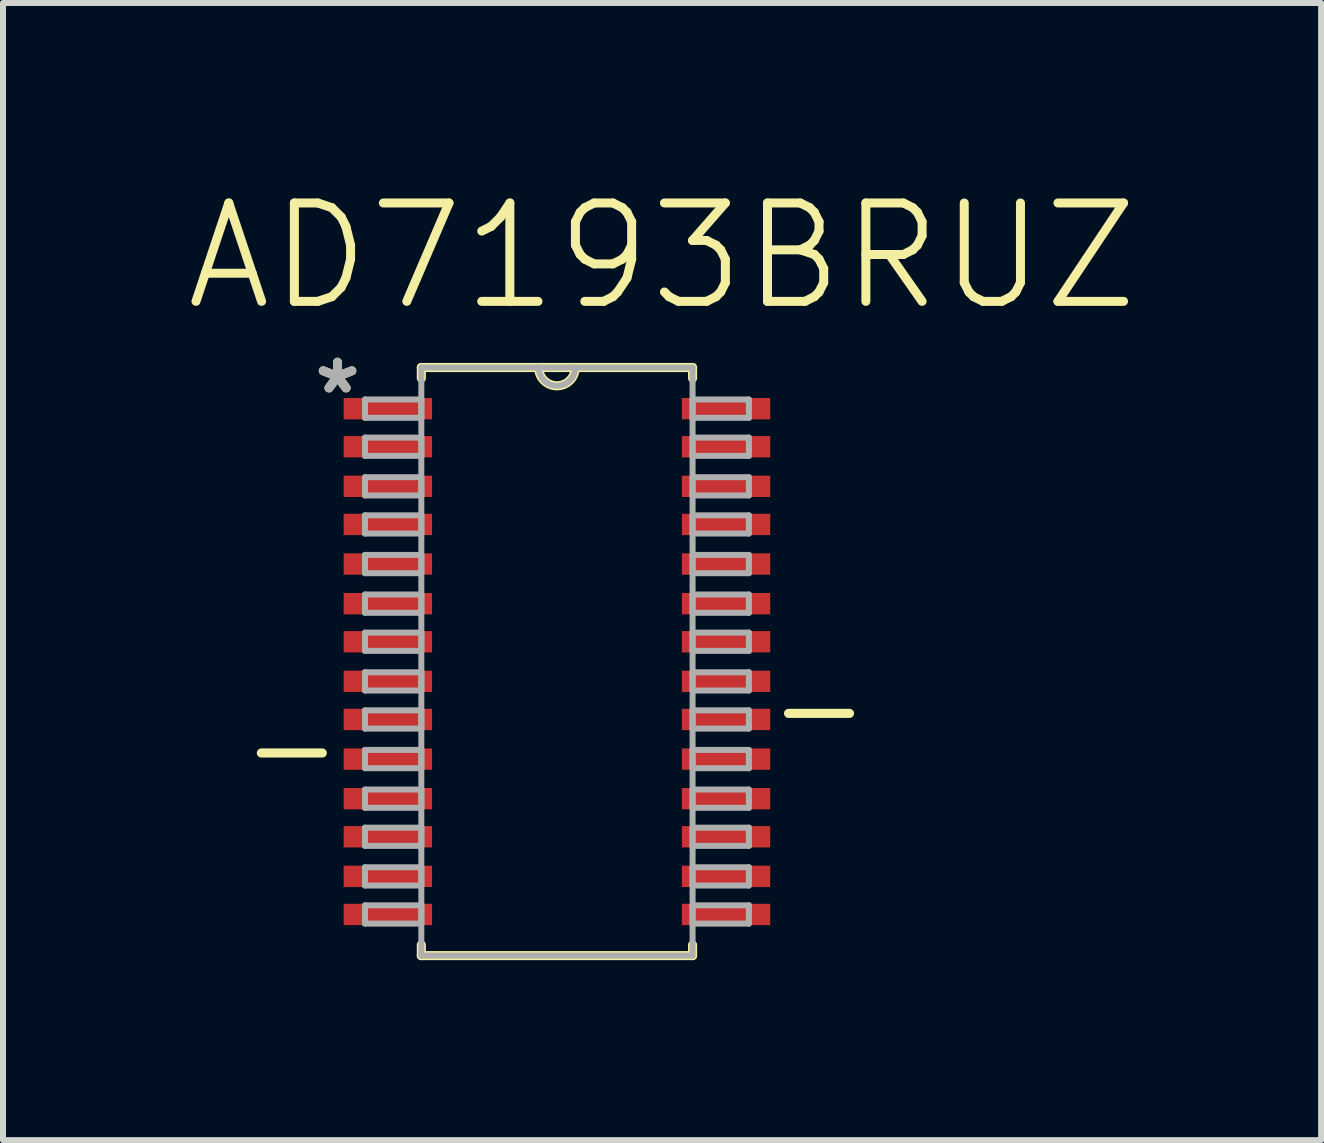
<source format=kicad_pcb>
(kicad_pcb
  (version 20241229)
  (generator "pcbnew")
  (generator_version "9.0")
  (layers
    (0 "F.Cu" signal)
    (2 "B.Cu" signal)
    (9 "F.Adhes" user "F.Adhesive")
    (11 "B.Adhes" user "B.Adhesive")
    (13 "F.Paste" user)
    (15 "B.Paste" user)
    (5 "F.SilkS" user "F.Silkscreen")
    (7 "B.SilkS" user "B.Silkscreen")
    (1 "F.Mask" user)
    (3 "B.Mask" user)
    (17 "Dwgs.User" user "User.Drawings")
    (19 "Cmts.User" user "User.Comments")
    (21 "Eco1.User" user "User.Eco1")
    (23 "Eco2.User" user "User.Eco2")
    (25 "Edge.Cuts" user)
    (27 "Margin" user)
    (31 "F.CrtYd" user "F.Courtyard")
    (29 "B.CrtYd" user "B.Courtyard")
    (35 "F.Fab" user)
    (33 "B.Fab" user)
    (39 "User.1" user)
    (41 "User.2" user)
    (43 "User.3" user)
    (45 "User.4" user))
  (footprint "AD7193BRUZ"
    (layer "F.Cu")
    (at 6.235 7.979)
    (property "Reference" "AD7193BRUZ" (at 1.753 -6.756 0) (layer "F.SilkS") (effects (font (size 1.64 1.64) (thickness 0.15))))
    (attr through_hole)
    (fp_line (start -4.928 1.524) (end -3.912 1.524) (stroke (width 0.152) (type solid)) (layer "F.SilkS"))
    (fp_line (start -2.261 -4.902) (end -2.261 -4.724) (stroke (width 0.152) (type solid)) (layer "F.SilkS"))
    (fp_line (start -2.261 4.724) (end -2.261 4.902) (stroke (width 0.152) (type solid)) (layer "F.SilkS"))
    (fp_line (start -2.261 4.902) (end 2.261 4.902) (stroke (width 0.152) (type solid)) (layer "F.SilkS"))
    (fp_line (start -0.305 -4.902) (end -2.261 -4.902) (stroke (width 0.152) (type solid)) (layer "F.SilkS"))
    (fp_line (start 0.305 -4.902) (end -0.305 -4.902) (stroke (width 0.152) (type solid)) (layer "F.SilkS"))
    (fp_line (start 2.261 -4.902) (end 0.305 -4.902) (stroke (width 0.152) (type solid)) (layer "F.SilkS"))
    (fp_line (start 2.261 -4.724) (end 2.261 -4.902) (stroke (width 0.152) (type solid)) (layer "F.SilkS"))
    (fp_line (start 2.261 4.902) (end 2.261 4.724) (stroke (width 0.152) (type solid)) (layer "F.SilkS"))
    (fp_line (start 3.861 0.864) (end 4.877 0.864) (stroke (width 0.152) (type solid)) (layer "F.SilkS"))
    (fp_arc (start 0.3048 -4.9022) (mid 0 -4.5974) (end -0.3048 -4.9022) (stroke (width 0.1524) (type solid)) (layer "F.SilkS"))
    (fp_line (start -3.2 -4.369) (end -3.2 -4.064) (stroke (width 0.1) (type solid)) (layer "F.Fab"))
    (fp_line (start -3.2 -4.064) (end -2.261 -4.064) (stroke (width 0.1) (type solid)) (layer "F.Fab"))
    (fp_line (start -3.2 -3.734) (end -3.2 -3.429) (stroke (width 0.1) (type solid)) (layer "F.Fab"))
    (fp_line (start -3.2 -3.429) (end -2.261 -3.429) (stroke (width 0.1) (type solid)) (layer "F.Fab"))
    (fp_line (start -3.2 -3.073) (end -3.2 -2.769) (stroke (width 0.1) (type solid)) (layer "F.Fab"))
    (fp_line (start -3.2 -2.769) (end -2.261 -2.769) (stroke (width 0.1) (type solid)) (layer "F.Fab"))
    (fp_line (start -3.2 -2.438) (end -3.2 -2.134) (stroke (width 0.1) (type solid)) (layer "F.Fab"))
    (fp_line (start -3.2 -2.134) (end -2.261 -2.134) (stroke (width 0.1) (type solid)) (layer "F.Fab"))
    (fp_line (start -3.2 -1.778) (end -3.2 -1.473) (stroke (width 0.1) (type solid)) (layer "F.Fab"))
    (fp_line (start -3.2 -1.473) (end -2.261 -1.473) (stroke (width 0.1) (type solid)) (layer "F.Fab"))
    (fp_line (start -3.2 -1.118) (end -3.2 -0.813) (stroke (width 0.1) (type solid)) (layer "F.Fab"))
    (fp_line (start -3.2 -0.813) (end -2.261 -0.813) (stroke (width 0.1) (type solid)) (layer "F.Fab"))
    (fp_line (start -3.2 -0.483) (end -3.2 -0.178) (stroke (width 0.1) (type solid)) (layer "F.Fab"))
    (fp_line (start -3.2 -0.178) (end -2.261 -0.178) (stroke (width 0.1) (type solid)) (layer "F.Fab"))
    (fp_line (start -3.2 0.178) (end -3.2 0.483) (stroke (width 0.1) (type solid)) (layer "F.Fab"))
    (fp_line (start -3.2 0.483) (end -2.261 0.483) (stroke (width 0.1) (type solid)) (layer "F.Fab"))
    (fp_line (start -3.2 0.813) (end -3.2 1.118) (stroke (width 0.1) (type solid)) (layer "F.Fab"))
    (fp_line (start -3.2 1.118) (end -2.261 1.118) (stroke (width 0.1) (type solid)) (layer "F.Fab"))
    (fp_line (start -3.2 1.473) (end -3.2 1.778) (stroke (width 0.1) (type solid)) (layer "F.Fab"))
    (fp_line (start -3.2 1.778) (end -2.261 1.778) (stroke (width 0.1) (type solid)) (layer "F.Fab"))
    (fp_line (start -3.2 2.134) (end -3.2 2.438) (stroke (width 0.1) (type solid)) (layer "F.Fab"))
    (fp_line (start -3.2 2.438) (end -2.261 2.438) (stroke (width 0.1) (type solid)) (layer "F.Fab"))
    (fp_line (start -3.2 2.769) (end -3.2 3.073) (stroke (width 0.1) (type solid)) (layer "F.Fab"))
    (fp_line (start -3.2 3.073) (end -2.261 3.073) (stroke (width 0.1) (type solid)) (layer "F.Fab"))
    (fp_line (start -3.2 3.429) (end -3.2 3.734) (stroke (width 0.1) (type solid)) (layer "F.Fab"))
    (fp_line (start -3.2 3.734) (end -2.261 3.734) (stroke (width 0.1) (type solid)) (layer "F.Fab"))
    (fp_line (start -3.2 4.064) (end -3.2 4.369) (stroke (width 0.1) (type solid)) (layer "F.Fab"))
    (fp_line (start -3.2 4.369) (end -2.261 4.369) (stroke (width 0.1) (type solid)) (layer "F.Fab"))
    (fp_line (start -2.261 -4.902) (end -2.261 4.902) (stroke (width 0.1) (type solid)) (layer "F.Fab"))
    (fp_line (start -2.261 -4.369) (end -3.2 -4.369) (stroke (width 0.1) (type solid)) (layer "F.Fab"))
    (fp_line (start -2.261 -4.064) (end -2.261 -4.369) (stroke (width 0.1) (type solid)) (layer "F.Fab"))
    (fp_line (start -2.261 -3.734) (end -3.2 -3.734) (stroke (width 0.1) (type solid)) (layer "F.Fab"))
    (fp_line (start -2.261 -3.429) (end -2.261 -3.734) (stroke (width 0.1) (type solid)) (layer "F.Fab"))
    (fp_line (start -2.261 -3.073) (end -3.2 -3.073) (stroke (width 0.1) (type solid)) (layer "F.Fab"))
    (fp_line (start -2.261 -2.769) (end -2.261 -3.073) (stroke (width 0.1) (type solid)) (layer "F.Fab"))
    (fp_line (start -2.261 -2.438) (end -3.2 -2.438) (stroke (width 0.1) (type solid)) (layer "F.Fab"))
    (fp_line (start -2.261 -2.134) (end -2.261 -2.438) (stroke (width 0.1) (type solid)) (layer "F.Fab"))
    (fp_line (start -2.261 -1.778) (end -3.2 -1.778) (stroke (width 0.1) (type solid)) (layer "F.Fab"))
    (fp_line (start -2.261 -1.473) (end -2.261 -1.778) (stroke (width 0.1) (type solid)) (layer "F.Fab"))
    (fp_line (start -2.261 -1.118) (end -3.2 -1.118) (stroke (width 0.1) (type solid)) (layer "F.Fab"))
    (fp_line (start -2.261 -0.813) (end -2.261 -1.118) (stroke (width 0.1) (type solid)) (layer "F.Fab"))
    (fp_line (start -2.261 -0.483) (end -3.2 -0.483) (stroke (width 0.1) (type solid)) (layer "F.Fab"))
    (fp_line (start -2.261 -0.178) (end -2.261 -0.483) (stroke (width 0.1) (type solid)) (layer "F.Fab"))
    (fp_line (start -2.261 0.178) (end -3.2 0.178) (stroke (width 0.1) (type solid)) (layer "F.Fab"))
    (fp_line (start -2.261 0.483) (end -2.261 0.178) (stroke (width 0.1) (type solid)) (layer "F.Fab"))
    (fp_line (start -2.261 0.813) (end -3.2 0.813) (stroke (width 0.1) (type solid)) (layer "F.Fab"))
    (fp_line (start -2.261 1.118) (end -2.261 0.813) (stroke (width 0.1) (type solid)) (layer "F.Fab"))
    (fp_line (start -2.261 1.473) (end -3.2 1.473) (stroke (width 0.1) (type solid)) (layer "F.Fab"))
    (fp_line (start -2.261 1.778) (end -2.261 1.473) (stroke (width 0.1) (type solid)) (layer "F.Fab"))
    (fp_line (start -2.261 2.134) (end -3.2 2.134) (stroke (width 0.1) (type solid)) (layer "F.Fab"))
    (fp_line (start -2.261 2.438) (end -2.261 2.134) (stroke (width 0.1) (type solid)) (layer "F.Fab"))
    (fp_line (start -2.261 2.769) (end -3.2 2.769) (stroke (width 0.1) (type solid)) (layer "F.Fab"))
    (fp_line (start -2.261 3.073) (end -2.261 2.769) (stroke (width 0.1) (type solid)) (layer "F.Fab"))
    (fp_line (start -2.261 3.429) (end -3.2 3.429) (stroke (width 0.1) (type solid)) (layer "F.Fab"))
    (fp_line (start -2.261 3.734) (end -2.261 3.429) (stroke (width 0.1) (type solid)) (layer "F.Fab"))
    (fp_line (start -2.261 4.064) (end -3.2 4.064) (stroke (width 0.1) (type solid)) (layer "F.Fab"))
    (fp_line (start -2.261 4.369) (end -2.261 4.064) (stroke (width 0.1) (type solid)) (layer "F.Fab"))
    (fp_line (start -2.261 4.902) (end 2.261 4.902) (stroke (width 0.1) (type solid)) (layer "F.Fab"))
    (fp_line (start -0.305 -4.902) (end -2.261 -4.902) (stroke (width 0.1) (type solid)) (layer "F.Fab"))
    (fp_line (start 0.305 -4.902) (end -0.305 -4.902) (stroke (width 0.1) (type solid)) (layer "F.Fab"))
    (fp_line (start 2.261 -4.902) (end 0.305 -4.902) (stroke (width 0.1) (type solid)) (layer "F.Fab"))
    (fp_line (start 2.261 -4.369) (end 2.261 -4.064) (stroke (width 0.1) (type solid)) (layer "F.Fab"))
    (fp_line (start 2.261 -4.064) (end 3.2 -4.064) (stroke (width 0.1) (type solid)) (layer "F.Fab"))
    (fp_line (start 2.261 -3.734) (end 2.261 -3.429) (stroke (width 0.1) (type solid)) (layer "F.Fab"))
    (fp_line (start 2.261 -3.429) (end 3.2 -3.429) (stroke (width 0.1) (type solid)) (layer "F.Fab"))
    (fp_line (start 2.261 -3.073) (end 2.261 -2.769) (stroke (width 0.1) (type solid)) (layer "F.Fab"))
    (fp_line (start 2.261 -2.769) (end 3.2 -2.769) (stroke (width 0.1) (type solid)) (layer "F.Fab"))
    (fp_line (start 2.261 -2.438) (end 2.261 -2.134) (stroke (width 0.1) (type solid)) (layer "F.Fab"))
    (fp_line (start 2.261 -2.134) (end 3.2 -2.134) (stroke (width 0.1) (type solid)) (layer "F.Fab"))
    (fp_line (start 2.261 -1.778) (end 2.261 -1.473) (stroke (width 0.1) (type solid)) (layer "F.Fab"))
    (fp_line (start 2.261 -1.473) (end 3.2 -1.473) (stroke (width 0.1) (type solid)) (layer "F.Fab"))
    (fp_line (start 2.261 -1.118) (end 2.261 -0.813) (stroke (width 0.1) (type solid)) (layer "F.Fab"))
    (fp_line (start 2.261 -0.813) (end 3.2 -0.813) (stroke (width 0.1) (type solid)) (layer "F.Fab"))
    (fp_line (start 2.261 -0.483) (end 2.261 -0.178) (stroke (width 0.1) (type solid)) (layer "F.Fab"))
    (fp_line (start 2.261 -0.178) (end 3.2 -0.178) (stroke (width 0.1) (type solid)) (layer "F.Fab"))
    (fp_line (start 2.261 0.178) (end 2.261 0.483) (stroke (width 0.1) (type solid)) (layer "F.Fab"))
    (fp_line (start 2.261 0.483) (end 3.2 0.483) (stroke (width 0.1) (type solid)) (layer "F.Fab"))
    (fp_line (start 2.261 0.813) (end 2.261 1.118) (stroke (width 0.1) (type solid)) (layer "F.Fab"))
    (fp_line (start 2.261 1.118) (end 3.2 1.118) (stroke (width 0.1) (type solid)) (layer "F.Fab"))
    (fp_line (start 2.261 1.473) (end 2.261 1.778) (stroke (width 0.1) (type solid)) (layer "F.Fab"))
    (fp_line (start 2.261 1.778) (end 3.2 1.778) (stroke (width 0.1) (type solid)) (layer "F.Fab"))
    (fp_line (start 2.261 2.134) (end 2.261 2.438) (stroke (width 0.1) (type solid)) (layer "F.Fab"))
    (fp_line (start 2.261 2.438) (end 3.2 2.438) (stroke (width 0.1) (type solid)) (layer "F.Fab"))
    (fp_line (start 2.261 2.769) (end 2.261 3.073) (stroke (width 0.1) (type solid)) (layer "F.Fab"))
    (fp_line (start 2.261 3.073) (end 3.2 3.073) (stroke (width 0.1) (type solid)) (layer "F.Fab"))
    (fp_line (start 2.261 3.429) (end 2.261 3.734) (stroke (width 0.1) (type solid)) (layer "F.Fab"))
    (fp_line (start 2.261 3.734) (end 3.2 3.734) (stroke (width 0.1) (type solid)) (layer "F.Fab"))
    (fp_line (start 2.261 4.064) (end 2.261 4.369) (stroke (width 0.1) (type solid)) (layer "F.Fab"))
    (fp_line (start 2.261 4.369) (end 3.2 4.369) (stroke (width 0.1) (type solid)) (layer "F.Fab"))
    (fp_line (start 2.261 4.902) (end 2.261 -4.902) (stroke (width 0.1) (type solid)) (layer "F.Fab"))
    (fp_line (start 3.2 -4.369) (end 2.261 -4.369) (stroke (width 0.1) (type solid)) (layer "F.Fab"))
    (fp_line (start 3.2 -4.064) (end 3.2 -4.369) (stroke (width 0.1) (type solid)) (layer "F.Fab"))
    (fp_line (start 3.2 -3.734) (end 2.261 -3.734) (stroke (width 0.1) (type solid)) (layer "F.Fab"))
    (fp_line (start 3.2 -3.429) (end 3.2 -3.734) (stroke (width 0.1) (type solid)) (layer "F.Fab"))
    (fp_line (start 3.2 -3.073) (end 2.261 -3.073) (stroke (width 0.1) (type solid)) (layer "F.Fab"))
    (fp_line (start 3.2 -2.769) (end 3.2 -3.073) (stroke (width 0.1) (type solid)) (layer "F.Fab"))
    (fp_line (start 3.2 -2.438) (end 2.261 -2.438) (stroke (width 0.1) (type solid)) (layer "F.Fab"))
    (fp_line (start 3.2 -2.134) (end 3.2 -2.438) (stroke (width 0.1) (type solid)) (layer "F.Fab"))
    (fp_line (start 3.2 -1.778) (end 2.261 -1.778) (stroke (width 0.1) (type solid)) (layer "F.Fab"))
    (fp_line (start 3.2 -1.473) (end 3.2 -1.778) (stroke (width 0.1) (type solid)) (layer "F.Fab"))
    (fp_line (start 3.2 -1.118) (end 2.261 -1.118) (stroke (width 0.1) (type solid)) (layer "F.Fab"))
    (fp_line (start 3.2 -0.813) (end 3.2 -1.118) (stroke (width 0.1) (type solid)) (layer "F.Fab"))
    (fp_line (start 3.2 -0.483) (end 2.261 -0.483) (stroke (width 0.1) (type solid)) (layer "F.Fab"))
    (fp_line (start 3.2 -0.178) (end 3.2 -0.483) (stroke (width 0.1) (type solid)) (layer "F.Fab"))
    (fp_line (start 3.2 0.178) (end 2.261 0.178) (stroke (width 0.1) (type solid)) (layer "F.Fab"))
    (fp_line (start 3.2 0.483) (end 3.2 0.178) (stroke (width 0.1) (type solid)) (layer "F.Fab"))
    (fp_line (start 3.2 0.813) (end 2.261 0.813) (stroke (width 0.1) (type solid)) (layer "F.Fab"))
    (fp_line (start 3.2 1.118) (end 3.2 0.813) (stroke (width 0.1) (type solid)) (layer "F.Fab"))
    (fp_line (start 3.2 1.473) (end 2.261 1.473) (stroke (width 0.1) (type solid)) (layer "F.Fab"))
    (fp_line (start 3.2 1.778) (end 3.2 1.473) (stroke (width 0.1) (type solid)) (layer "F.Fab"))
    (fp_line (start 3.2 2.134) (end 2.261 2.134) (stroke (width 0.1) (type solid)) (layer "F.Fab"))
    (fp_line (start 3.2 2.438) (end 3.2 2.134) (stroke (width 0.1) (type solid)) (layer "F.Fab"))
    (fp_line (start 3.2 2.769) (end 2.261 2.769) (stroke (width 0.1) (type solid)) (layer "F.Fab"))
    (fp_line (start 3.2 3.073) (end 3.2 2.769) (stroke (width 0.1) (type solid)) (layer "F.Fab"))
    (fp_line (start 3.2 3.429) (end 2.261 3.429) (stroke (width 0.1) (type solid)) (layer "F.Fab"))
    (fp_line (start 3.2 3.734) (end 3.2 3.429) (stroke (width 0.1) (type solid)) (layer "F.Fab"))
    (fp_line (start 3.2 4.064) (end 2.261 4.064) (stroke (width 0.1) (type solid)) (layer "F.Fab"))
    (fp_line (start 3.2 4.369) (end 3.2 4.064) (stroke (width 0.1) (type solid)) (layer "F.Fab"))
    (fp_arc (start 0.3048 -4.9022) (mid 0 -4.5974) (end -0.3048 -4.9022) (stroke (width 0.1) (type solid)) (layer "F.Fab"))
    (fp_text user "*" (at -3.658 -4.445 0) (layer "F.SilkS") (effects (font (size 1 1) (thickness 0.15))))
    (fp_text user "*" (at -3.658 -4.445 0) (layer "F.Fab") (effects (font (size 1 1) (thickness 0.15))))
    (pad "1" smd rect (at -2.819 -4.216) (size 1.473 0.356) (layers "F.Cu" "F.Mask" "F.Paste"))
    (pad "2" smd rect (at -2.819 -3.581) (size 1.473 0.356) (layers "F.Cu" "F.Mask" "F.Paste"))
    (pad "3" smd rect (at -2.819 -2.921) (size 1.473 0.356) (layers "F.Cu" "F.Mask" "F.Paste"))
    (pad "4" smd rect (at -2.819 -2.286) (size 1.473 0.356) (layers "F.Cu" "F.Mask" "F.Paste"))
    (pad "5" smd rect (at -2.819 -1.626) (size 1.473 0.356) (layers "F.Cu" "F.Mask" "F.Paste"))
    (pad "6" smd rect (at -2.819 -0.965) (size 1.473 0.356) (layers "F.Cu" "F.Mask" "F.Paste"))
    (pad "7" smd rect (at -2.819 -0.33) (size 1.473 0.356) (layers "F.Cu" "F.Mask" "F.Paste"))
    (pad "8" smd rect (at -2.819 0.33) (size 1.473 0.356) (layers "F.Cu" "F.Mask" "F.Paste"))
    (pad "9" smd rect (at -2.819 0.965) (size 1.473 0.356) (layers "F.Cu" "F.Mask" "F.Paste"))
    (pad "10" smd rect (at -2.819 1.626) (size 1.473 0.356) (layers "F.Cu" "F.Mask" "F.Paste"))
    (pad "11" smd rect (at -2.819 2.286) (size 1.473 0.356) (layers "F.Cu" "F.Mask" "F.Paste"))
    (pad "12" smd rect (at -2.819 2.921) (size 1.473 0.356) (layers "F.Cu" "F.Mask" "F.Paste"))
    (pad "13" smd rect (at -2.819 3.581) (size 1.473 0.356) (layers "F.Cu" "F.Mask" "F.Paste"))
    (pad "14" smd rect (at -2.819 4.216) (size 1.473 0.356) (layers "F.Cu" "F.Mask" "F.Paste"))
    (pad "15" smd rect (at 2.819 4.216) (size 1.473 0.356) (layers "F.Cu" "F.Mask" "F.Paste"))
    (pad "16" smd rect (at 2.819 3.581) (size 1.473 0.356) (layers "F.Cu" "F.Mask" "F.Paste"))
    (pad "17" smd rect (at 2.819 2.921) (size 1.473 0.356) (layers "F.Cu" "F.Mask" "F.Paste"))
    (pad "18" smd rect (at 2.819 2.286) (size 1.473 0.356) (layers "F.Cu" "F.Mask" "F.Paste"))
    (pad "19" smd rect (at 2.819 1.626) (size 1.473 0.356) (layers "F.Cu" "F.Mask" "F.Paste"))
    (pad "20" smd rect (at 2.819 0.965) (size 1.473 0.356) (layers "F.Cu" "F.Mask" "F.Paste"))
    (pad "21" smd rect (at 2.819 0.33) (size 1.473 0.356) (layers "F.Cu" "F.Mask" "F.Paste"))
    (pad "22" smd rect (at 2.819 -0.33) (size 1.473 0.356) (layers "F.Cu" "F.Mask" "F.Paste"))
    (pad "23" smd rect (at 2.819 -0.965) (size 1.473 0.356) (layers "F.Cu" "F.Mask" "F.Paste"))
    (pad "24" smd rect (at 2.819 -1.626) (size 1.473 0.356) (layers "F.Cu" "F.Mask" "F.Paste"))
    (pad "25" smd rect (at 2.819 -2.286) (size 1.473 0.356) (layers "F.Cu" "F.Mask" "F.Paste"))
    (pad "26" smd rect (at 2.819 -2.921) (size 1.473 0.356) (layers "F.Cu" "F.Mask" "F.Paste"))
    (pad "27" smd rect (at 2.819 -3.581) (size 1.473 0.356) (layers "F.Cu" "F.Mask" "F.Paste"))
    (pad "28" smd rect (at 2.819 -4.216) (size 1.473 0.356) (layers "F.Cu" "F.Mask" "F.Paste")))
  (gr_rect
    (start -3 -3)
    (end 18.975 15.957)
    (stroke (width 0.1) (type default))
    (fill no)
    (layer "Edge.Cuts")))
</source>
